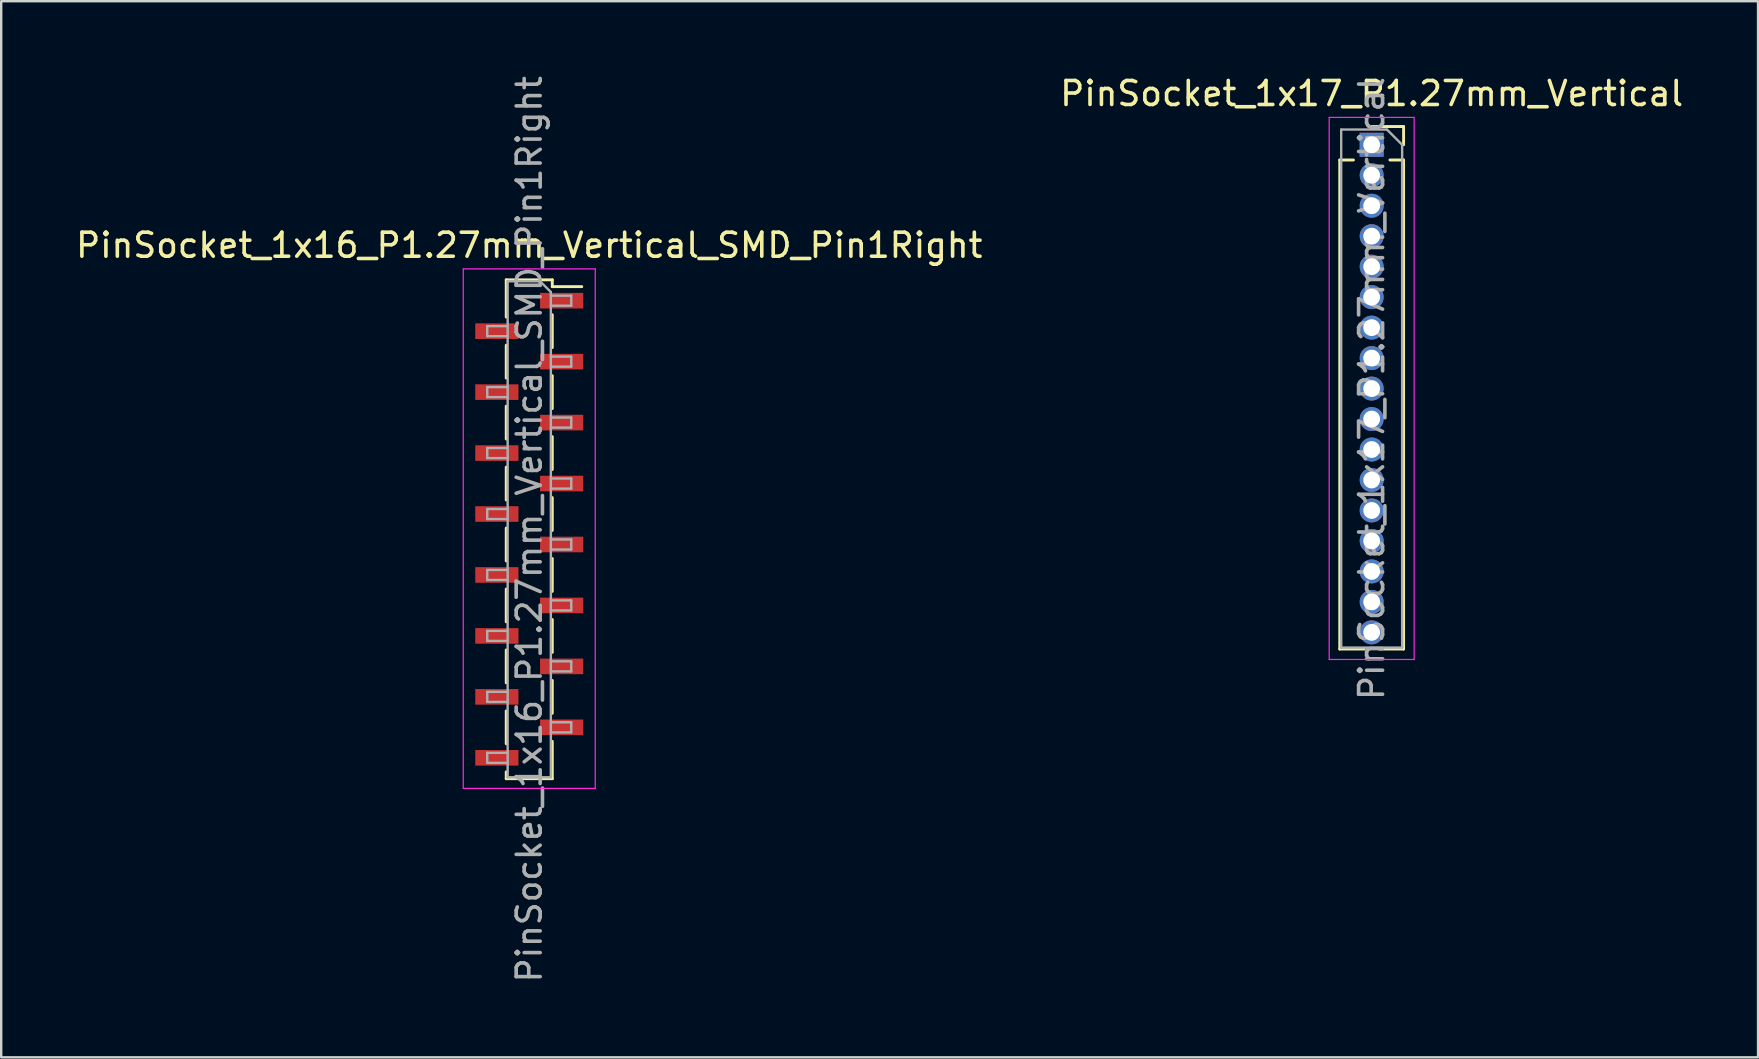
<source format=kicad_pcb>
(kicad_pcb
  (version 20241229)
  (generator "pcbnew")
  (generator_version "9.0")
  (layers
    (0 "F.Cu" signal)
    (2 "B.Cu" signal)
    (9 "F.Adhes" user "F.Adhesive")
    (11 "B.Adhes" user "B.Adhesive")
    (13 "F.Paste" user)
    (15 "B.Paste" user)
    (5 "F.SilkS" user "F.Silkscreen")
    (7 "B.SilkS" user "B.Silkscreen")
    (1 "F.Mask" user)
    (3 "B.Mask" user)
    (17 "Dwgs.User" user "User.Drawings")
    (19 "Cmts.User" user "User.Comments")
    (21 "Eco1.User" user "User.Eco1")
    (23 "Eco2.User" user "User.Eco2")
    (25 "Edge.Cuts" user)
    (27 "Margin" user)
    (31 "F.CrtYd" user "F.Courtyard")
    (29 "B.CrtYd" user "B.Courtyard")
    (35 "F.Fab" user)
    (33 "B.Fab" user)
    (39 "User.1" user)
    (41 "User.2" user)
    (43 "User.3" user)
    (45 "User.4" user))
  (footprint "PinSocket_1x17_P1.27mm_Vertical"
    (layer "F.Cu")
    (at 54.113 2.983)
    (property "Reference" "PinSocket_1x17_P1.27mm_Vertical" (at 0 -2.135 0) (layer "F.SilkS") (effects (font (size 1 1) (thickness 0.15))))
    (attr through_hole)
    (fp_line (start -1.33 0.635) (end -1.33 21.015) (stroke (width 0.12) (type solid)) (layer "F.SilkS"))
    (fp_line (start -1.33 0.635) (end -0.76 0.635) (stroke (width 0.12) (type solid)) (layer "F.SilkS"))
    (fp_line (start -1.33 21.015) (end -0.308 21.015) (stroke (width 0.12) (type solid)) (layer "F.SilkS"))
    (fp_line (start 0 -0.76) (end 1.33 -0.76) (stroke (width 0.12) (type solid)) (layer "F.SilkS"))
    (fp_line (start 0.308 21.015) (end 1.33 21.015) (stroke (width 0.12) (type solid)) (layer "F.SilkS"))
    (fp_line (start 0.76 0.635) (end 1.33 0.635) (stroke (width 0.12) (type solid)) (layer "F.SilkS"))
    (fp_line (start 1.33 -0.76) (end 1.33 0) (stroke (width 0.12) (type solid)) (layer "F.SilkS"))
    (fp_line (start 1.33 0.635) (end 1.33 21.015) (stroke (width 0.12) (type solid)) (layer "F.SilkS"))
    (fp_line (start -1.77 -1.14) (end 1.77 -1.14) (stroke (width 0.05) (type solid)) (layer "F.CrtYd"))
    (fp_line (start -1.77 21.45) (end -1.77 -1.14) (stroke (width 0.05) (type solid)) (layer "F.CrtYd"))
    (fp_line (start 1.77 -1.14) (end 1.77 21.45) (stroke (width 0.05) (type solid)) (layer "F.CrtYd"))
    (fp_line (start 1.77 21.45) (end -1.77 21.45) (stroke (width 0.05) (type solid)) (layer "F.CrtYd"))
    (fp_line (start -1.27 -0.635) (end 0.635 -0.635) (stroke (width 0.1) (type solid)) (layer "F.Fab"))
    (fp_line (start -1.27 20.955) (end -1.27 -0.635) (stroke (width 0.1) (type solid)) (layer "F.Fab"))
    (fp_line (start 0.635 -0.635) (end 1.27 0) (stroke (width 0.1) (type solid)) (layer "F.Fab"))
    (fp_line (start 1.27 0) (end 1.27 20.955) (stroke (width 0.1) (type solid)) (layer "F.Fab"))
    (fp_line (start 1.27 20.955) (end -1.27 20.955) (stroke (width 0.1) (type solid)) (layer "F.Fab"))
    (fp_text user "${REFERENCE}" (at 0 10.16 90) (layer "F.Fab") (effects (font (size 1 1) (thickness 0.15))))
    (pad "1" thru_hole rect (at 0 0) (size 1 1) (drill 0.7) (layers "*.Cu" "*.Mask"))
    (pad "2" thru_hole circle (at 0 1.27) (size 1 1) (drill 0.7) (layers "*.Cu" "*.Mask"))
    (pad "3" thru_hole circle (at 0 2.54) (size 1 1) (drill 0.7) (layers "*.Cu" "*.Mask"))
    (pad "4" thru_hole circle (at 0 3.81) (size 1 1) (drill 0.7) (layers "*.Cu" "*.Mask"))
    (pad "5" thru_hole circle (at 0 5.08) (size 1 1) (drill 0.7) (layers "*.Cu" "*.Mask"))
    (pad "6" thru_hole circle (at 0 6.35) (size 1 1) (drill 0.7) (layers "*.Cu" "*.Mask"))
    (pad "7" thru_hole circle (at 0 7.62) (size 1 1) (drill 0.7) (layers "*.Cu" "*.Mask"))
    (pad "8" thru_hole circle (at 0 8.89) (size 1 1) (drill 0.7) (layers "*.Cu" "*.Mask"))
    (pad "9" thru_hole circle (at 0 10.16) (size 1 1) (drill 0.7) (layers "*.Cu" "*.Mask"))
    (pad "10" thru_hole circle (at 0 11.43) (size 1 1) (drill 0.7) (layers "*.Cu" "*.Mask"))
    (pad "11" thru_hole circle (at 0 12.7) (size 1 1) (drill 0.7) (layers "*.Cu" "*.Mask"))
    (pad "12" thru_hole circle (at 0 13.97) (size 1 1) (drill 0.7) (layers "*.Cu" "*.Mask"))
    (pad "13" thru_hole circle (at 0 15.24) (size 1 1) (drill 0.7) (layers "*.Cu" "*.Mask"))
    (pad "14" thru_hole circle (at 0 16.51) (size 1 1) (drill 0.7) (layers "*.Cu" "*.Mask"))
    (pad "15" thru_hole circle (at 0 17.78) (size 1 1) (drill 0.7) (layers "*.Cu" "*.Mask"))
    (pad "16" thru_hole circle (at 0 19.05) (size 1 1) (drill 0.7) (layers "*.Cu" "*.Mask"))
    (pad "17" thru_hole circle (at 0 20.32) (size 1 1) (drill 0.7) (layers "*.Cu" "*.Mask")))
  (footprint "PinSocket_1x16_P1.27mm_Vertical_SMD_Pin1Right"
    (layer "F.Cu")
    (at 19.006 19.006)
    (property "Reference" "PinSocket_1x16_P1.27mm_Vertical_SMD_Pin1Right" (at 0 -11.835 0) (layer "F.SilkS") (effects (font (size 1 1) (thickness 0.15))))
    (attr smd)
    (fp_line (start -0.96 -10.395) (end -0.96 -8.84) (stroke (width 0.12) (type solid)) (layer "F.SilkS"))
    (fp_line (start -0.96 -10.395) (end 0.96 -10.395) (stroke (width 0.12) (type solid)) (layer "F.SilkS"))
    (fp_line (start -0.96 -7.67) (end -0.96 -6.3) (stroke (width 0.12) (type solid)) (layer "F.SilkS"))
    (fp_line (start -0.96 -5.13) (end -0.96 -3.76) (stroke (width 0.12) (type solid)) (layer "F.SilkS"))
    (fp_line (start -0.96 -2.59) (end -0.96 -1.22) (stroke (width 0.12) (type solid)) (layer "F.SilkS"))
    (fp_line (start -0.96 -0.05) (end -0.96 1.32) (stroke (width 0.12) (type solid)) (layer "F.SilkS"))
    (fp_line (start -0.96 2.49) (end -0.96 3.86) (stroke (width 0.12) (type solid)) (layer "F.SilkS"))
    (fp_line (start -0.96 5.03) (end -0.96 6.4) (stroke (width 0.12) (type solid)) (layer "F.SilkS"))
    (fp_line (start -0.96 7.57) (end -0.96 8.94) (stroke (width 0.12) (type solid)) (layer "F.SilkS"))
    (fp_line (start -0.96 10.11) (end -0.96 10.395) (stroke (width 0.12) (type solid)) (layer "F.SilkS"))
    (fp_line (start -0.96 10.395) (end 0.96 10.395) (stroke (width 0.12) (type solid)) (layer "F.SilkS"))
    (fp_line (start 0.96 -10.395) (end 0.96 -10.11) (stroke (width 0.12) (type solid)) (layer "F.SilkS"))
    (fp_line (start 0.96 -10.11) (end 2.19 -10.11) (stroke (width 0.12) (type solid)) (layer "F.SilkS"))
    (fp_line (start 0.96 -8.94) (end 0.96 -7.57) (stroke (width 0.12) (type solid)) (layer "F.SilkS"))
    (fp_line (start 0.96 -6.4) (end 0.96 -5.03) (stroke (width 0.12) (type solid)) (layer "F.SilkS"))
    (fp_line (start 0.96 -3.86) (end 0.96 -2.49) (stroke (width 0.12) (type solid)) (layer "F.SilkS"))
    (fp_line (start 0.96 -1.32) (end 0.96 0.05) (stroke (width 0.12) (type solid)) (layer "F.SilkS"))
    (fp_line (start 0.96 1.22) (end 0.96 2.59) (stroke (width 0.12) (type solid)) (layer "F.SilkS"))
    (fp_line (start 0.96 3.76) (end 0.96 5.13) (stroke (width 0.12) (type solid)) (layer "F.SilkS"))
    (fp_line (start 0.96 6.3) (end 0.96 7.67) (stroke (width 0.12) (type solid)) (layer "F.SilkS"))
    (fp_line (start 0.96 8.84) (end 0.96 10.395) (stroke (width 0.12) (type solid)) (layer "F.SilkS"))
    (fp_line (start -2.75 -10.85) (end 2.75 -10.85) (stroke (width 0.05) (type solid)) (layer "F.CrtYd"))
    (fp_line (start -2.75 10.8) (end -2.75 -10.85) (stroke (width 0.05) (type solid)) (layer "F.CrtYd"))
    (fp_line (start 2.75 -10.85) (end 2.75 10.8) (stroke (width 0.05) (type solid)) (layer "F.CrtYd"))
    (fp_line (start 2.75 10.8) (end -2.75 10.8) (stroke (width 0.05) (type solid)) (layer "F.CrtYd"))
    (fp_line (start -1.75 -8.465) (end -0.9 -8.465) (stroke (width 0.1) (type solid)) (layer "F.Fab"))
    (fp_line (start -1.75 -8.045) (end -1.75 -8.465) (stroke (width 0.1) (type solid)) (layer "F.Fab"))
    (fp_line (start -1.75 -5.925) (end -0.9 -5.925) (stroke (width 0.1) (type solid)) (layer "F.Fab"))
    (fp_line (start -1.75 -5.505) (end -1.75 -5.925) (stroke (width 0.1) (type solid)) (layer "F.Fab"))
    (fp_line (start -1.75 -3.385) (end -0.9 -3.385) (stroke (width 0.1) (type solid)) (layer "F.Fab"))
    (fp_line (start -1.75 -2.965) (end -1.75 -3.385) (stroke (width 0.1) (type solid)) (layer "F.Fab"))
    (fp_line (start -1.75 -0.845) (end -0.9 -0.845) (stroke (width 0.1) (type solid)) (layer "F.Fab"))
    (fp_line (start -1.75 -0.425) (end -1.75 -0.845) (stroke (width 0.1) (type solid)) (layer "F.Fab"))
    (fp_line (start -1.75 1.695) (end -0.9 1.695) (stroke (width 0.1) (type solid)) (layer "F.Fab"))
    (fp_line (start -1.75 2.115) (end -1.75 1.695) (stroke (width 0.1) (type solid)) (layer "F.Fab"))
    (fp_line (start -1.75 4.235) (end -0.9 4.235) (stroke (width 0.1) (type solid)) (layer "F.Fab"))
    (fp_line (start -1.75 4.655) (end -1.75 4.235) (stroke (width 0.1) (type solid)) (layer "F.Fab"))
    (fp_line (start -1.75 6.775) (end -0.9 6.775) (stroke (width 0.1) (type solid)) (layer "F.Fab"))
    (fp_line (start -1.75 7.195) (end -1.75 6.775) (stroke (width 0.1) (type solid)) (layer "F.Fab"))
    (fp_line (start -1.75 9.315) (end -0.9 9.315) (stroke (width 0.1) (type solid)) (layer "F.Fab"))
    (fp_line (start -1.75 9.735) (end -1.75 9.315) (stroke (width 0.1) (type solid)) (layer "F.Fab"))
    (fp_line (start -0.9 -10.335) (end 0.45 -10.335) (stroke (width 0.1) (type solid)) (layer "F.Fab"))
    (fp_line (start -0.9 -8.045) (end -1.75 -8.045) (stroke (width 0.1) (type solid)) (layer "F.Fab"))
    (fp_line (start -0.9 -5.505) (end -1.75 -5.505) (stroke (width 0.1) (type solid)) (layer "F.Fab"))
    (fp_line (start -0.9 -2.965) (end -1.75 -2.965) (stroke (width 0.1) (type solid)) (layer "F.Fab"))
    (fp_line (start -0.9 -0.425) (end -1.75 -0.425) (stroke (width 0.1) (type solid)) (layer "F.Fab"))
    (fp_line (start -0.9 2.115) (end -1.75 2.115) (stroke (width 0.1) (type solid)) (layer "F.Fab"))
    (fp_line (start -0.9 4.655) (end -1.75 4.655) (stroke (width 0.1) (type solid)) (layer "F.Fab"))
    (fp_line (start -0.9 7.195) (end -1.75 7.195) (stroke (width 0.1) (type solid)) (layer "F.Fab"))
    (fp_line (start -0.9 9.735) (end -1.75 9.735) (stroke (width 0.1) (type solid)) (layer "F.Fab"))
    (fp_line (start -0.9 10.335) (end -0.9 -10.335) (stroke (width 0.1) (type solid)) (layer "F.Fab"))
    (fp_line (start 0.45 -10.335) (end 0.9 -9.885) (stroke (width 0.1) (type solid)) (layer "F.Fab"))
    (fp_line (start 0.9 -9.885) (end 0.9 10.335) (stroke (width 0.1) (type solid)) (layer "F.Fab"))
    (fp_line (start 0.9 -9.735) (end 1.75 -9.735) (stroke (width 0.1) (type solid)) (layer "F.Fab"))
    (fp_line (start 0.9 -7.195) (end 1.75 -7.195) (stroke (width 0.1) (type solid)) (layer "F.Fab"))
    (fp_line (start 0.9 -4.655) (end 1.75 -4.655) (stroke (width 0.1) (type solid)) (layer "F.Fab"))
    (fp_line (start 0.9 -2.115) (end 1.75 -2.115) (stroke (width 0.1) (type solid)) (layer "F.Fab"))
    (fp_line (start 0.9 0.425) (end 1.75 0.425) (stroke (width 0.1) (type solid)) (layer "F.Fab"))
    (fp_line (start 0.9 2.965) (end 1.75 2.965) (stroke (width 0.1) (type solid)) (layer "F.Fab"))
    (fp_line (start 0.9 5.505) (end 1.75 5.505) (stroke (width 0.1) (type solid)) (layer "F.Fab"))
    (fp_line (start 0.9 8.045) (end 1.75 8.045) (stroke (width 0.1) (type solid)) (layer "F.Fab"))
    (fp_line (start 0.9 10.335) (end -0.9 10.335) (stroke (width 0.1) (type solid)) (layer "F.Fab"))
    (fp_line (start 1.75 -9.735) (end 1.75 -9.315) (stroke (width 0.1) (type solid)) (layer "F.Fab"))
    (fp_line (start 1.75 -9.315) (end 0.9 -9.315) (stroke (width 0.1) (type solid)) (layer "F.Fab"))
    (fp_line (start 1.75 -7.195) (end 1.75 -6.775) (stroke (width 0.1) (type solid)) (layer "F.Fab"))
    (fp_line (start 1.75 -6.775) (end 0.9 -6.775) (stroke (width 0.1) (type solid)) (layer "F.Fab"))
    (fp_line (start 1.75 -4.655) (end 1.75 -4.235) (stroke (width 0.1) (type solid)) (layer "F.Fab"))
    (fp_line (start 1.75 -4.235) (end 0.9 -4.235) (stroke (width 0.1) (type solid)) (layer "F.Fab"))
    (fp_line (start 1.75 -2.115) (end 1.75 -1.695) (stroke (width 0.1) (type solid)) (layer "F.Fab"))
    (fp_line (start 1.75 -1.695) (end 0.9 -1.695) (stroke (width 0.1) (type solid)) (layer "F.Fab"))
    (fp_line (start 1.75 0.425) (end 1.75 0.845) (stroke (width 0.1) (type solid)) (layer "F.Fab"))
    (fp_line (start 1.75 0.845) (end 0.9 0.845) (stroke (width 0.1) (type solid)) (layer "F.Fab"))
    (fp_line (start 1.75 2.965) (end 1.75 3.385) (stroke (width 0.1) (type solid)) (layer "F.Fab"))
    (fp_line (start 1.75 3.385) (end 0.9 3.385) (stroke (width 0.1) (type solid)) (layer "F.Fab"))
    (fp_line (start 1.75 5.505) (end 1.75 5.925) (stroke (width 0.1) (type solid)) (layer "F.Fab"))
    (fp_line (start 1.75 5.925) (end 0.9 5.925) (stroke (width 0.1) (type solid)) (layer "F.Fab"))
    (fp_line (start 1.75 8.045) (end 1.75 8.465) (stroke (width 0.1) (type solid)) (layer "F.Fab"))
    (fp_line (start 1.75 8.465) (end 0.9 8.465) (stroke (width 0.1) (type solid)) (layer "F.Fab"))
    (fp_text user "${REFERENCE}" (at 0 0 90) (layer "F.Fab") (effects (font (size 1 1) (thickness 0.15))))
    (pad "1" smd rect (at 1.35 -9.525) (size 1.8 0.65) (layers "F.Cu" "F.Mask" "F.Paste"))
    (pad "2" smd rect (at -1.35 -8.255) (size 1.8 0.65) (layers "F.Cu" "F.Mask" "F.Paste"))
    (pad "3" smd rect (at 1.35 -6.985) (size 1.8 0.65) (layers "F.Cu" "F.Mask" "F.Paste"))
    (pad "4" smd rect (at -1.35 -5.715) (size 1.8 0.65) (layers "F.Cu" "F.Mask" "F.Paste"))
    (pad "5" smd rect (at 1.35 -4.445) (size 1.8 0.65) (layers "F.Cu" "F.Mask" "F.Paste"))
    (pad "6" smd rect (at -1.35 -3.175) (size 1.8 0.65) (layers "F.Cu" "F.Mask" "F.Paste"))
    (pad "7" smd rect (at 1.35 -1.905) (size 1.8 0.65) (layers "F.Cu" "F.Mask" "F.Paste"))
    (pad "8" smd rect (at -1.35 -0.635) (size 1.8 0.65) (layers "F.Cu" "F.Mask" "F.Paste"))
    (pad "9" smd rect (at 1.35 0.635) (size 1.8 0.65) (layers "F.Cu" "F.Mask" "F.Paste"))
    (pad "10" smd rect (at -1.35 1.905) (size 1.8 0.65) (layers "F.Cu" "F.Mask" "F.Paste"))
    (pad "11" smd rect (at 1.35 3.175) (size 1.8 0.65) (layers "F.Cu" "F.Mask" "F.Paste"))
    (pad "12" smd rect (at -1.35 4.445) (size 1.8 0.65) (layers "F.Cu" "F.Mask" "F.Paste"))
    (pad "13" smd rect (at 1.35 5.715) (size 1.8 0.65) (layers "F.Cu" "F.Mask" "F.Paste"))
    (pad "14" smd rect (at -1.35 6.985) (size 1.8 0.65) (layers "F.Cu" "F.Mask" "F.Paste"))
    (pad "15" smd rect (at 1.35 8.255) (size 1.8 0.65) (layers "F.Cu" "F.Mask" "F.Paste"))
    (pad "16" smd rect (at -1.35 9.525) (size 1.8 0.65) (layers "F.Cu" "F.Mask" "F.Paste")))
  (gr_rect
    (start -3 -3)
    (end 70.214 41.012)
    (stroke (width 0.1) (type default))
    (fill no)
    (layer "Edge.Cuts")))
</source>
